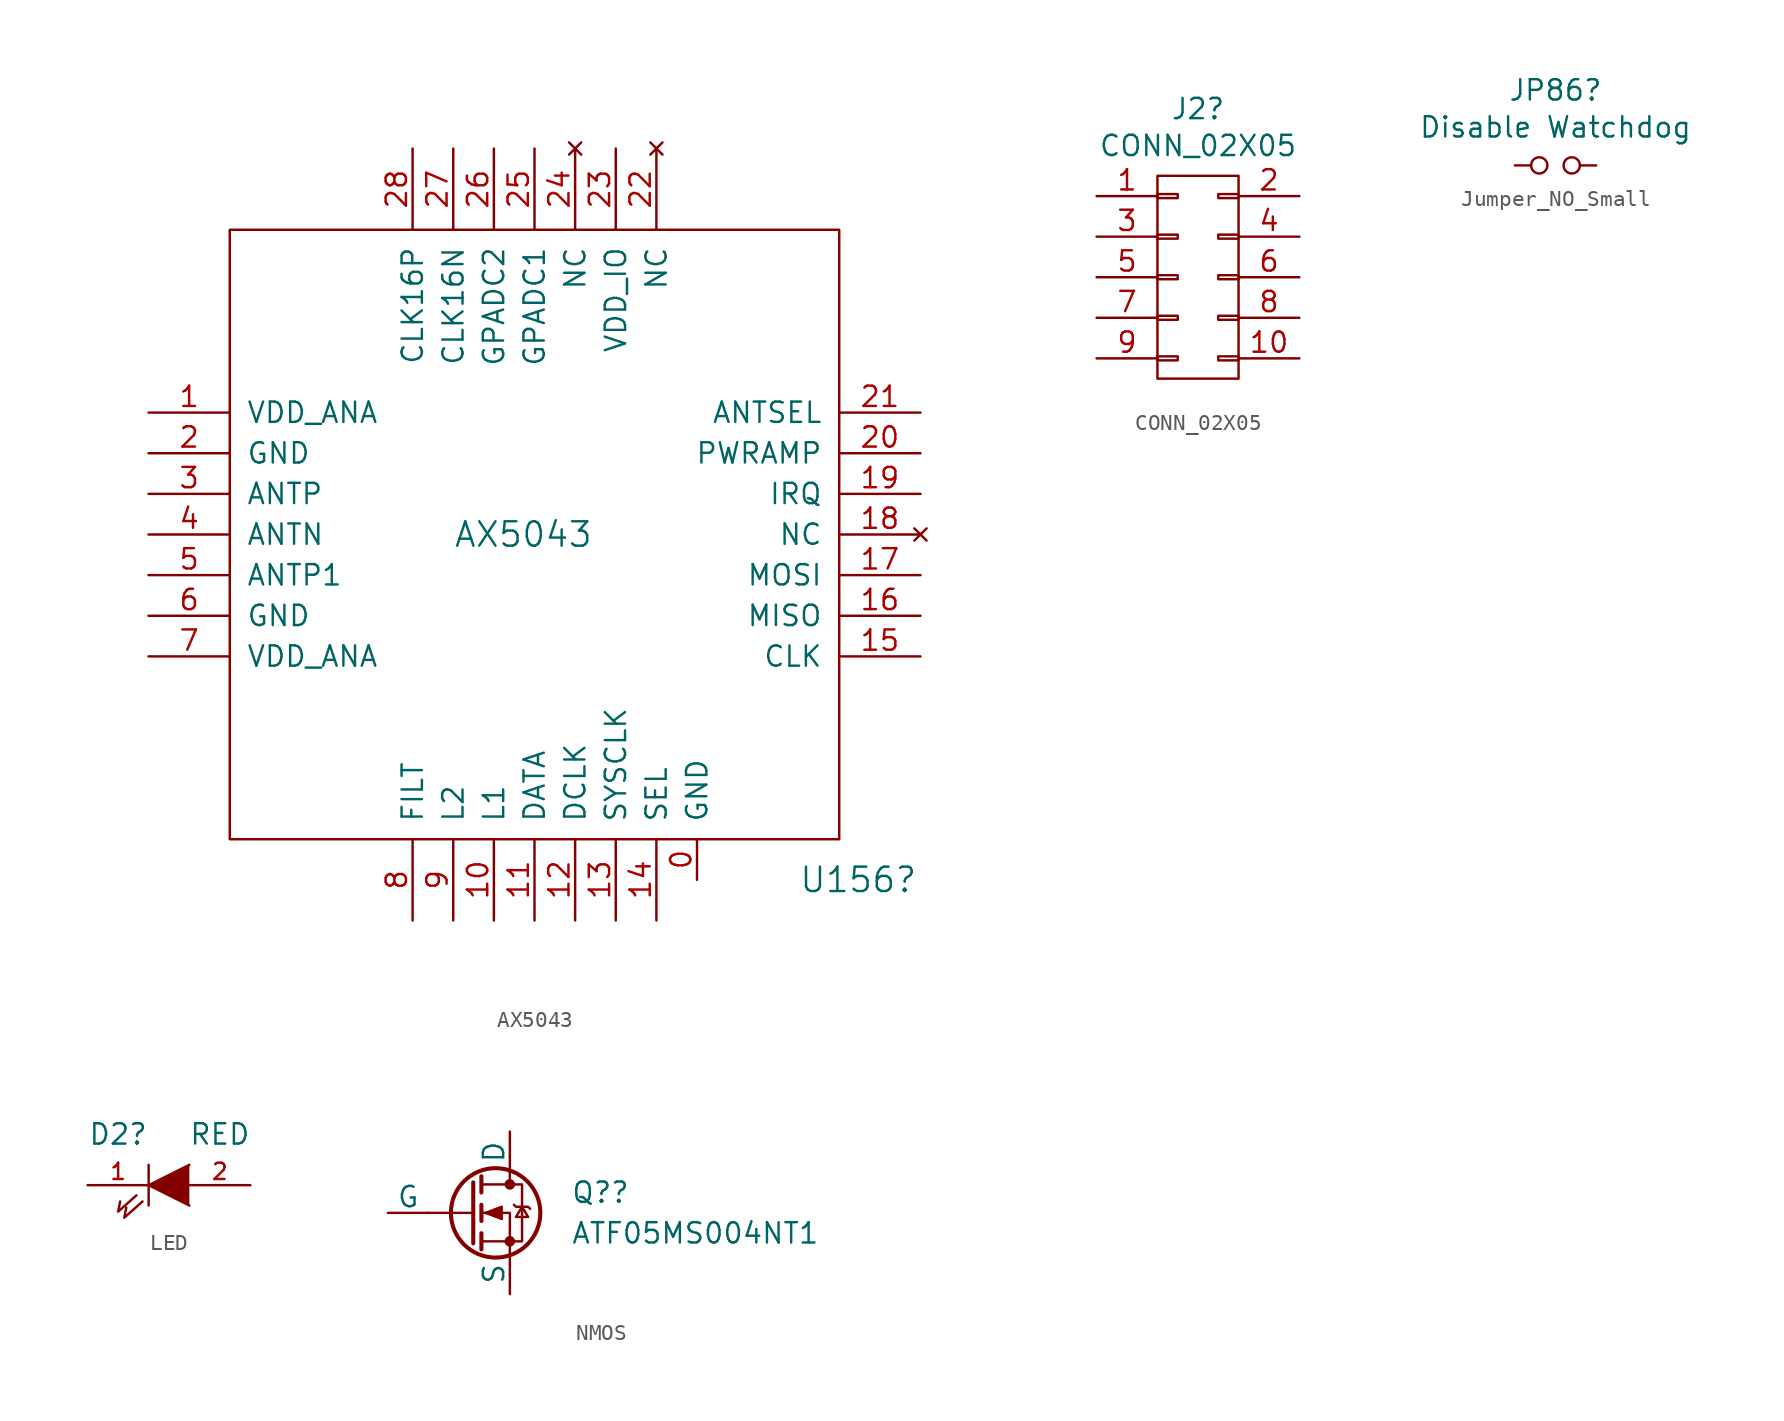
<source format=kicad_sym>
(kicad_symbol_lib
  (version 20241209)
  (generator "kicad_symbol_editor")
  (generator_version "9.0")
  (symbol "AX5043"
    (pin_names
      (offset 1.016))
    (property "Reference" "U156"
      (at 16.51 -21.59 0)
      (effects (font (size 1.524 1.524)) (justify left)))
    (property "Value" "AX5043"
      (at -5.08 0 0)
      (effects (font (size 1.524 1.524)) (justify left)))
    (symbol "AX5043_0_1"
      (rectangle (start -19.05 19.05) (end 19.05 -19.05) (stroke (width 0) (type default)) (fill (type none))))
    (symbol "AX5043_1_1"
      (pin passive line (at -24.13 7.62 0) (length 5.08) (name "VDD_ANA" (effects (font (size 1.27 1.27)))) (number "1" (effects (font (size 1.27 1.27)))))
      (pin input line (at -24.13 5.08 0) (length 5.08) (name "GND" (effects (font (size 1.27 1.27)))) (number "2" (effects (font (size 1.27 1.27)))))
      (pin bidirectional line (at -24.13 2.54 0) (length 5.08) (name "ANTP" (effects (font (size 1.27 1.27)))) (number "3" (effects (font (size 1.27 1.27)))))
      (pin bidirectional line (at -24.13 0 0) (length 5.08) (name "ANTN" (effects (font (size 1.27 1.27)))) (number "4" (effects (font (size 1.27 1.27)))))
      (pin output line (at -24.13 -2.54 0) (length 5.08) (name "ANTP1" (effects (font (size 1.27 1.27)))) (number "5" (effects (font (size 1.27 1.27)))))
      (pin input line (at -24.13 -5.08 0) (length 5.08) (name "GND" (effects (font (size 1.27 1.27)))) (number "6" (effects (font (size 1.27 1.27)))))
      (pin passive line (at -24.13 -7.62 0) (length 5.08) (name "VDD_ANA" (effects (font (size 1.27 1.27)))) (number "7" (effects (font (size 1.27 1.27)))))
      (pin passive line (at -7.62 24.13 270) (length 5.08) (name "CLK16P" (effects (font (size 1.27 1.27)))) (number "28" (effects (font (size 1.27 1.27)))))
      (pin passive line (at -7.62 -24.13 90) (length 5.08) (name "FILT" (effects (font (size 1.27 1.27)))) (number "8" (effects (font (size 1.27 1.27)))))
      (pin passive line (at -5.08 24.13 270) (length 5.08) (name "CLK16N" (effects (font (size 1.27 1.27)))) (number "27" (effects (font (size 1.27 1.27)))))
      (pin passive line (at -5.08 -24.13 90) (length 5.08) (name "L2" (effects (font (size 1.27 1.27)))) (number "9" (effects (font (size 1.27 1.27)))))
      (pin input line (at -2.54 24.13 270) (length 5.08) (name "GPADC2" (effects (font (size 1.27 1.27)))) (number "26" (effects (font (size 1.27 1.27)))))
      (pin passive line (at -2.54 -24.13 90) (length 5.08) (name "L1" (effects (font (size 1.27 1.27)))) (number "10" (effects (font (size 1.27 1.27)))))
      (pin input line (at 0 24.13 270) (length 5.08) (name "GPADC1" (effects (font (size 1.27 1.27)))) (number "25" (effects (font (size 1.27 1.27)))))
      (pin input line (at 0 -24.13 90) (length 5.08) (name "DATA" (effects (font (size 1.27 1.27)))) (number "11" (effects (font (size 1.27 1.27)))))
      (pin no_connect line (at 2.54 24.13 270) (length 5.08) (name "NC" (effects (font (size 1.27 1.27)))) (number "24" (effects (font (size 1.27 1.27)))))
      (pin input line (at 2.54 -24.13 90) (length 5.08) (name "DCLK" (effects (font (size 1.27 1.27)))) (number "12" (effects (font (size 1.27 1.27)))))
      (pin passive line (at 5.08 24.13 270) (length 5.08) (name "VDD_IO" (effects (font (size 1.27 1.27)))) (number "23" (effects (font (size 1.27 1.27)))))
      (pin output line (at 5.08 -24.13 90) (length 5.08) (name "SYSCLK" (effects (font (size 1.27 1.27)))) (number "13" (effects (font (size 1.27 1.27)))))
      (pin no_connect line (at 7.62 24.13 270) (length 5.08) (name "NC" (effects (font (size 1.27 1.27)))) (number "22" (effects (font (size 1.27 1.27)))))
      (pin input line (at 7.62 -24.13 90) (length 5.08) (name "SEL" (effects (font (size 1.27 1.27)))) (number "14" (effects (font (size 1.27 1.27)))))
      (pin power_in line (at 10.16 -21.59 90) (length 2.54) (name "GND" (effects (font (size 1.27 1.27)))) (number "0" (effects (font (size 1.27 1.27)))))
      (pin output line (at 24.13 7.62 180) (length 5.08) (name "ANTSEL" (effects (font (size 1.27 1.27)))) (number "21" (effects (font (size 1.27 1.27)))))
      (pin output line (at 24.13 5.08 180) (length 5.08) (name "PWRAMP" (effects (font (size 1.27 1.27)))) (number "20" (effects (font (size 1.27 1.27)))))
      (pin output line (at 24.13 2.54 180) (length 5.08) (name "IRQ" (effects (font (size 1.27 1.27)))) (number "19" (effects (font (size 1.27 1.27)))))
      (pin no_connect line (at 24.13 0 180) (length 5.08) (name "NC" (effects (font (size 1.27 1.27)))) (number "18" (effects (font (size 1.27 1.27)))))
      (pin input line (at 24.13 -2.54 180) (length 5.08) (name "MOSI" (effects (font (size 1.27 1.27)))) (number "17" (effects (font (size 1.27 1.27)))))
      (pin tri_state line (at 24.13 -5.08 180) (length 5.08) (name "MISO" (effects (font (size 1.27 1.27)))) (number "16" (effects (font (size 1.27 1.27)))))
      (pin input line (at 24.13 -7.62 180) (length 5.08) (name "CLK" (effects (font (size 1.27 1.27)))) (number "15" (effects (font (size 1.27 1.27)))))))
  (symbol "CONN_02X05"
    (pin_names
      (offset 0.025)
      (hide yes))
    (property "Reference" "J2"
      (at 0 10.541 0)
      (effects (font (size 1.27 1.27))))
    (property "Value" "CONN_02X05"
      (at 0 8.23 0)
      (effects (font (size 1.27 1.27))))
    (symbol "CONN_02X05_0_1"
      (rectangle (start -2.54 6.35) (end 2.54 -6.35) (stroke (width 0) (type default)) (fill (type none)))
      (rectangle (start -2.54 5.207) (end -1.27 4.953) (stroke (width 0) (type default)) (fill (type none)))
      (rectangle (start -2.54 2.667) (end -1.27 2.413) (stroke (width 0) (type default)) (fill (type none)))
      (rectangle (start -2.54 0.127) (end -1.27 -0.127) (stroke (width 0) (type default)) (fill (type none)))
      (rectangle (start -2.54 -2.413) (end -1.27 -2.667) (stroke (width 0) (type default)) (fill (type none)))
      (rectangle (start -2.54 -4.953) (end -1.27 -5.207) (stroke (width 0) (type default)) (fill (type none)))
      (rectangle (start 1.27 5.207) (end 2.54 4.953) (stroke (width 0) (type default)) (fill (type none)))
      (rectangle (start 1.27 2.667) (end 2.54 2.413) (stroke (width 0) (type default)) (fill (type none)))
      (rectangle (start 1.27 0.127) (end 2.54 -0.127) (stroke (width 0) (type default)) (fill (type none)))
      (rectangle (start 1.27 -2.413) (end 2.54 -2.667) (stroke (width 0) (type default)) (fill (type none)))
      (rectangle (start 1.27 -4.953) (end 2.54 -5.207) (stroke (width 0) (type default)) (fill (type none))))
    (symbol "CONN_02X05_1_1"
      (pin passive line (at -6.35 5.08 0) (length 3.81) (name "P1" (effects (font (size 1.27 1.27)))) (number "1" (effects (font (size 1.27 1.27)))))
      (pin passive line (at -6.35 2.54 0) (length 3.81) (name "P3" (effects (font (size 1.27 1.27)))) (number "3" (effects (font (size 1.27 1.27)))))
      (pin passive line (at -6.35 0 0) (length 3.81) (name "P5" (effects (font (size 1.27 1.27)))) (number "5" (effects (font (size 1.27 1.27)))))
      (pin passive line (at -6.35 -2.54 0) (length 3.81) (name "P7" (effects (font (size 1.27 1.27)))) (number "7" (effects (font (size 1.27 1.27)))))
      (pin passive line (at -6.35 -5.08 0) (length 3.81) (name "P9" (effects (font (size 1.27 1.27)))) (number "9" (effects (font (size 1.27 1.27)))))
      (pin passive line (at 6.35 5.08 180) (length 3.81) (name "P2" (effects (font (size 1.27 1.27)))) (number "2" (effects (font (size 1.27 1.27)))))
      (pin passive line (at 6.35 2.54 180) (length 3.81) (name "P4" (effects (font (size 1.27 1.27)))) (number "4" (effects (font (size 1.27 1.27)))))
      (pin passive line (at 6.35 0 180) (length 3.81) (name "P6" (effects (font (size 1.27 1.27)))) (number "6" (effects (font (size 1.27 1.27)))))
      (pin passive line (at 6.35 -2.54 180) (length 3.81) (name "P8" (effects (font (size 1.27 1.27)))) (number "8" (effects (font (size 1.27 1.27)))))
      (pin passive line (at 6.35 -5.08 180) (length 3.81) (name "P10" (effects (font (size 1.27 1.27)))) (number "10" (effects (font (size 1.27 1.27)))))))
  (symbol "Jumper_NO_Small"
    (pin_numbers
      (hide yes))
    (pin_names
      (offset 0.762)
      (hide yes))
    (property "Reference" "JP86"
      (at 0 4.699 0)
      (effects (font (size 1.27 1.27))))
    (property "Value" "Disable Watchdog"
      (at 0 2.388 0)
      (effects (font (size 1.27 1.27))))
    (symbol "Jumper_NO_Small_0_1"
      (circle (center -1.016 0) (radius 0.508) (stroke (width 0) (type default)) (fill (type none)))
      (circle (center 1.016 0) (radius 0.508) (stroke (width 0) (type default)) (fill (type none)))
      (pin passive line (at -2.54 0 0) (length 1.016) (name "1" (effects (font (size 1.524 1.524)))) (number "1" (effects (font (size 1.524 1.524)))))
      (pin passive line (at 2.54 0 180) (length 1.016) (name "2" (effects (font (size 1.524 1.524)))) (number "2" (effects (font (size 1.524 1.524)))))))
  (symbol "LED"
    (pin_names
      (offset 1.016)
      (hide yes))
    (property "Reference" "D2"
      (at -3.175 3.175 0)
      (effects (font (size 1.27 1.27))))
    (property "Value" "RED"
      (at 3.175 3.175 0)
      (effects (font (size 1.27 1.27))))
    (symbol "LED_0_1"
      (polyline (pts (xy -2.032 -0.635) (xy -3.175 -1.651) (xy -3.048 -1.016)) (stroke (width 0) (type default)) (fill (type none)))
      (polyline (pts (xy -1.651 -1.016) (xy -2.794 -2.032) (xy -2.667 -1.397)) (stroke (width 0) (type default)) (fill (type none)))
      (polyline (pts (xy -1.27 1.27) (xy -1.27 -1.27)) (stroke (width 0) (type default)) (fill (type none)))
      (polyline (pts (xy 1.27 1.27) (xy -1.27 0) (xy 1.27 -1.27)) (stroke (width 0) (type default)) (fill (type outline))))
    (symbol "LED_1_1"
      (pin passive line (at -5.08 0 0) (length 3.81) (name "K" (effects (font (size 1.016 1.016)))) (number "1" (effects (font (size 1.016 1.016)))))
      (pin passive line (at 5.08 0 180) (length 3.81) (name "A" (effects (font (size 1.016 1.016)))) (number "2" (effects (font (size 1.016 1.016)))))))
  (symbol "NMOS"
    (pin_numbers
      (hide yes))
    (pin_names
      (offset 0))
    (property "Reference" "Q?"
      (at 6.35 1.27 0)
      (effects (font (size 1.27 1.27)) (justify left)))
    (property "Value" "ATF05MS004NT1"
      (at 6.35 -1.27 0)
      (effects (font (size 1.27 1.27)) (justify left)))
    (symbol "NMOS_0_1"
      (polyline (pts (xy 0.254 1.905) (xy 0.254 -1.905)) (stroke (width 0.254) (type default)) (fill (type none)))
      (polyline (pts (xy 0.254 0) (xy -2.54 0)) (stroke (width 0) (type default)) (fill (type none)))
      (polyline (pts (xy 0.762 2.286) (xy 0.762 1.27)) (stroke (width 0.254) (type default)) (fill (type none)))
      (polyline (pts (xy 0.762 0.508) (xy 0.762 -0.508)) (stroke (width 0.254) (type default)) (fill (type none)))
      (polyline (pts (xy 0.762 -1.27) (xy 0.762 -2.286)) (stroke (width 0.254) (type default)) (fill (type none)))
      (polyline (pts (xy 0.762 -1.778) (xy 3.302 -1.778) (xy 3.302 1.778) (xy 0.762 1.778)) (stroke (width 0) (type default)) (fill (type none)))
      (polyline (pts (xy 1.016 0) (xy 2.032 0.381) (xy 2.032 -0.381) (xy 1.016 0)) (stroke (width 0) (type default)) (fill (type outline)))
      (circle (center 1.651 0) (radius 2.794) (stroke (width 0.254) (type default)) (fill (type none)))
      (polyline (pts (xy 2.54 2.54) (xy 2.54 1.778)) (stroke (width 0) (type default)) (fill (type none)))
      (circle (center 2.54 1.778) (radius 0.254) (stroke (width 0) (type default)) (fill (type outline)))
      (circle (center 2.54 -1.778) (radius 0.254) (stroke (width 0) (type default)) (fill (type outline)))
      (polyline (pts (xy 2.54 -2.54) (xy 2.54 0) (xy 0.762 0)) (stroke (width 0) (type default)) (fill (type none)))
      (polyline (pts (xy 2.794 0.508) (xy 2.921 0.381) (xy 3.683 0.381) (xy 3.81 0.254)) (stroke (width 0) (type default)) (fill (type none)))
      (polyline (pts (xy 3.302 0.381) (xy 2.921 -0.254) (xy 3.683 -0.254) (xy 3.302 0.381)) (stroke (width 0) (type default)) (fill (type none))))
    (symbol "NMOS_1_1"
      (pin input line (at -5.08 0 0) (length 2.54) (name "G" (effects (font (size 1.27 1.27)))) (number "1" (effects (font (size 1.27 1.27)))))
      (pin passive line (at 2.54 5.08 270) (length 2.54) (name "D" (effects (font (size 1.27 1.27)))) (number "3" (effects (font (size 1.27 1.27)))))
      (pin passive line (at 2.54 -5.08 90) (length 2.54) (name "S" (effects (font (size 1.27 1.27)))) (number "2" (effects (font (size 1.27 1.27))))))))
</source>
